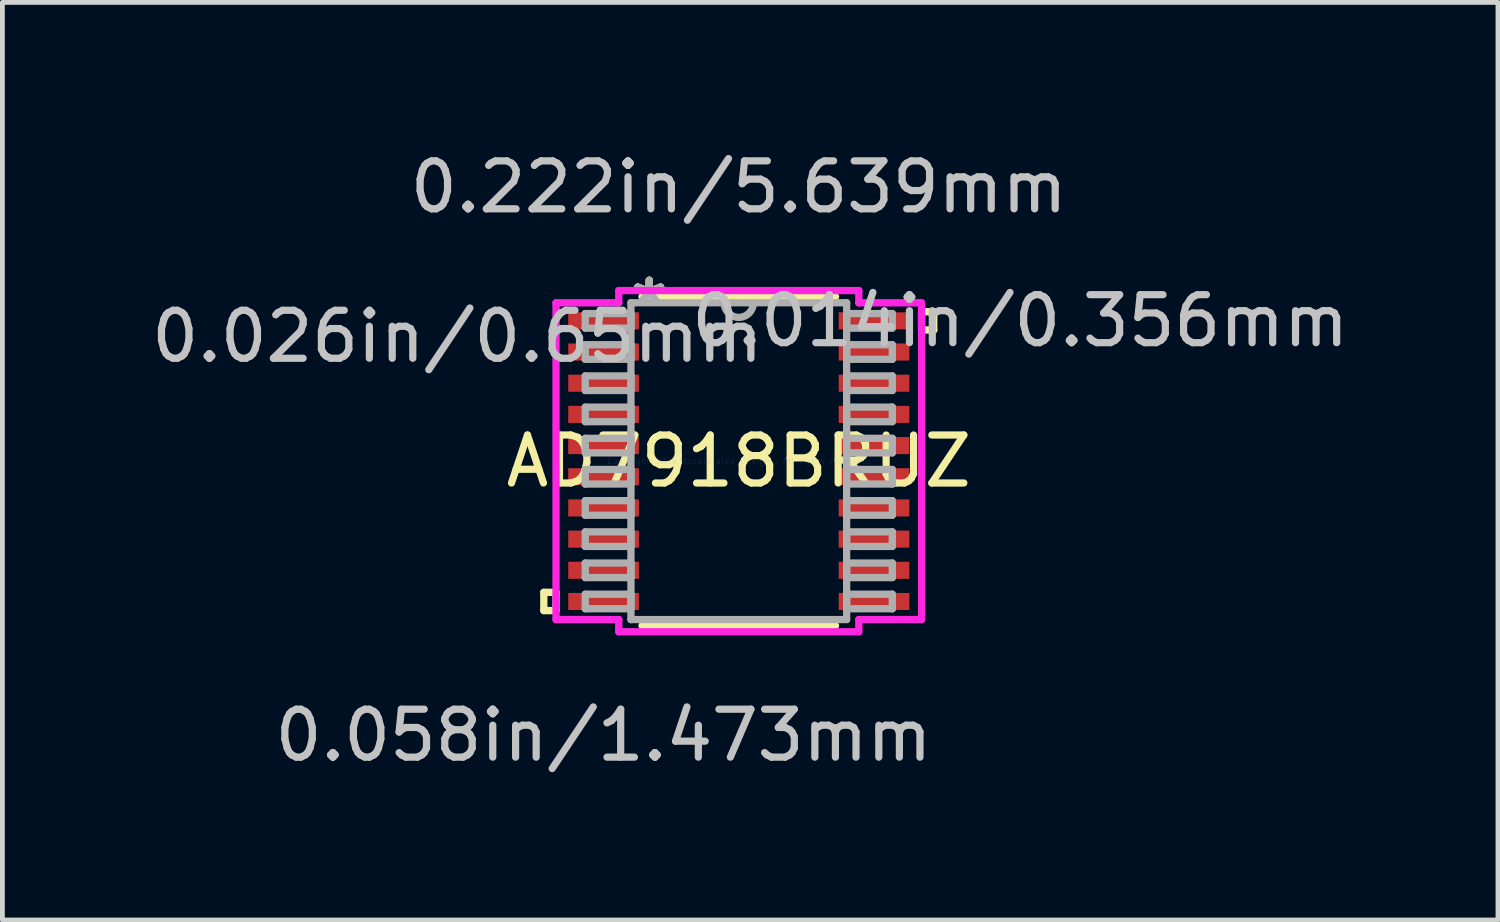
<source format=kicad_pcb>
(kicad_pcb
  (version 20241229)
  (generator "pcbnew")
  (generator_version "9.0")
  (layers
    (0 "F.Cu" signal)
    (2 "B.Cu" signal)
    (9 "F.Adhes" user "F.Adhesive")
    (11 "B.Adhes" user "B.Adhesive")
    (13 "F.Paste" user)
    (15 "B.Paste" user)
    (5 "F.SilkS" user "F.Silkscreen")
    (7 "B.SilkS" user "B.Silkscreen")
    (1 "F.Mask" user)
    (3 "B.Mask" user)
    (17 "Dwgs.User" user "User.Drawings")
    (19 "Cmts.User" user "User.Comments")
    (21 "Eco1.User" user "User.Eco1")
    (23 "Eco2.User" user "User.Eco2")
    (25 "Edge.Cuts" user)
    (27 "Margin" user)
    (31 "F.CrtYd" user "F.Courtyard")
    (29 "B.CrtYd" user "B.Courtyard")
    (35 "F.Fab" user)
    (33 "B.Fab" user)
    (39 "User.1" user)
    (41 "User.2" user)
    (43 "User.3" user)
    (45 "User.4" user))
  (footprint "AD7918BRUZ"
    (layer "F.Cu")
    (at 12.35 6.563)
    (property "Reference" "AD7918BRUZ" (at 0 0 0) (layer "F.SilkS") (effects (font (size 1 1) (thickness 0.15))))
    (attr through_hole)
    (fp_line (start -4.064 2.734) (end -4.064 3.115) (stroke (width 0.152) (type solid)) (layer "F.SilkS"))
    (fp_line (start -4.064 3.115) (end -3.81 3.115) (stroke (width 0.152) (type solid)) (layer "F.SilkS"))
    (fp_line (start -3.81 2.734) (end -4.064 2.734) (stroke (width 0.152) (type solid)) (layer "F.SilkS"))
    (fp_line (start -3.81 3.115) (end -3.81 2.734) (stroke (width 0.152) (type solid)) (layer "F.SilkS"))
    (fp_line (start -2.017 3.429) (end 2.017 3.429) (stroke (width 0.152) (type solid)) (layer "F.SilkS"))
    (fp_line (start 2.017 -3.429) (end -2.017 -3.429) (stroke (width 0.152) (type solid)) (layer "F.SilkS"))
    (fp_line (start 3.81 -3.115) (end 4.064 -3.115) (stroke (width 0.152) (type solid)) (layer "F.SilkS"))
    (fp_line (start 3.81 -2.734) (end 3.81 -3.115) (stroke (width 0.152) (type solid)) (layer "F.SilkS"))
    (fp_line (start 4.064 -3.115) (end 4.064 -2.734) (stroke (width 0.152) (type solid)) (layer "F.SilkS"))
    (fp_line (start 4.064 -2.734) (end 3.81 -2.734) (stroke (width 0.152) (type solid)) (layer "F.SilkS"))
    (fp_line (start -3.81 -3.301) (end -2.502 -3.301) (stroke (width 0.152) (type solid)) (layer "F.CrtYd"))
    (fp_line (start -3.81 3.301) (end -3.81 -3.301) (stroke (width 0.152) (type solid)) (layer "F.CrtYd"))
    (fp_line (start -2.502 -3.556) (end 2.502 -3.556) (stroke (width 0.152) (type solid)) (layer "F.CrtYd"))
    (fp_line (start -2.502 -3.301) (end -2.502 -3.556) (stroke (width 0.152) (type solid)) (layer "F.CrtYd"))
    (fp_line (start -2.502 3.301) (end -3.81 3.301) (stroke (width 0.152) (type solid)) (layer "F.CrtYd"))
    (fp_line (start -2.502 3.556) (end -2.502 3.301) (stroke (width 0.152) (type solid)) (layer "F.CrtYd"))
    (fp_line (start 2.502 -3.556) (end 2.502 -3.301) (stroke (width 0.152) (type solid)) (layer "F.CrtYd"))
    (fp_line (start 2.502 -3.301) (end 3.81 -3.301) (stroke (width 0.152) (type solid)) (layer "F.CrtYd"))
    (fp_line (start 2.502 3.301) (end 2.502 3.556) (stroke (width 0.152) (type solid)) (layer "F.CrtYd"))
    (fp_line (start 2.502 3.556) (end -2.502 3.556) (stroke (width 0.152) (type solid)) (layer "F.CrtYd"))
    (fp_line (start 3.81 -3.301) (end 3.81 3.301) (stroke (width 0.152) (type solid)) (layer "F.CrtYd"))
    (fp_line (start 3.81 3.301) (end 2.502 3.301) (stroke (width 0.152) (type solid)) (layer "F.CrtYd"))
    (fp_line (start -3.2 -3.077) (end -3.2 -2.773) (stroke (width 0.152) (type solid)) (layer "F.Fab"))
    (fp_line (start -3.2 -2.773) (end -2.248 -2.773) (stroke (width 0.152) (type solid)) (layer "F.Fab"))
    (fp_line (start -3.2 -2.427) (end -3.2 -2.123) (stroke (width 0.152) (type solid)) (layer "F.Fab"))
    (fp_line (start -3.2 -2.123) (end -2.248 -2.123) (stroke (width 0.152) (type solid)) (layer "F.Fab"))
    (fp_line (start -3.2 -1.777) (end -3.2 -1.473) (stroke (width 0.152) (type solid)) (layer "F.Fab"))
    (fp_line (start -3.2 -1.473) (end -2.248 -1.473) (stroke (width 0.152) (type solid)) (layer "F.Fab"))
    (fp_line (start -3.2 -1.127) (end -3.2 -0.823) (stroke (width 0.152) (type solid)) (layer "F.Fab"))
    (fp_line (start -3.2 -0.823) (end -2.248 -0.823) (stroke (width 0.152) (type solid)) (layer "F.Fab"))
    (fp_line (start -3.2 -0.477) (end -3.2 -0.173) (stroke (width 0.152) (type solid)) (layer "F.Fab"))
    (fp_line (start -3.2 -0.173) (end -2.248 -0.173) (stroke (width 0.152) (type solid)) (layer "F.Fab"))
    (fp_line (start -3.2 0.173) (end -3.2 0.477) (stroke (width 0.152) (type solid)) (layer "F.Fab"))
    (fp_line (start -3.2 0.477) (end -2.248 0.477) (stroke (width 0.152) (type solid)) (layer "F.Fab"))
    (fp_line (start -3.2 0.823) (end -3.2 1.127) (stroke (width 0.152) (type solid)) (layer "F.Fab"))
    (fp_line (start -3.2 1.127) (end -2.248 1.127) (stroke (width 0.152) (type solid)) (layer "F.Fab"))
    (fp_line (start -3.2 1.473) (end -3.2 1.777) (stroke (width 0.152) (type solid)) (layer "F.Fab"))
    (fp_line (start -3.2 1.777) (end -2.248 1.777) (stroke (width 0.152) (type solid)) (layer "F.Fab"))
    (fp_line (start -3.2 2.123) (end -3.2 2.427) (stroke (width 0.152) (type solid)) (layer "F.Fab"))
    (fp_line (start -3.2 2.427) (end -2.248 2.427) (stroke (width 0.152) (type solid)) (layer "F.Fab"))
    (fp_line (start -3.2 2.773) (end -3.2 3.077) (stroke (width 0.152) (type solid)) (layer "F.Fab"))
    (fp_line (start -3.2 3.077) (end -2.248 3.077) (stroke (width 0.152) (type solid)) (layer "F.Fab"))
    (fp_line (start -2.248 -3.302) (end -2.248 3.302) (stroke (width 0.152) (type solid)) (layer "F.Fab"))
    (fp_line (start -2.248 -3.077) (end -3.2 -3.077) (stroke (width 0.152) (type solid)) (layer "F.Fab"))
    (fp_line (start -2.248 -2.773) (end -2.248 -3.077) (stroke (width 0.152) (type solid)) (layer "F.Fab"))
    (fp_line (start -2.248 -2.427) (end -3.2 -2.427) (stroke (width 0.152) (type solid)) (layer "F.Fab"))
    (fp_line (start -2.248 -2.123) (end -2.248 -2.427) (stroke (width 0.152) (type solid)) (layer "F.Fab"))
    (fp_line (start -2.248 -1.777) (end -3.2 -1.777) (stroke (width 0.152) (type solid)) (layer "F.Fab"))
    (fp_line (start -2.248 -1.473) (end -2.248 -1.777) (stroke (width 0.152) (type solid)) (layer "F.Fab"))
    (fp_line (start -2.248 -1.127) (end -3.2 -1.127) (stroke (width 0.152) (type solid)) (layer "F.Fab"))
    (fp_line (start -2.248 -0.823) (end -2.248 -1.127) (stroke (width 0.152) (type solid)) (layer "F.Fab"))
    (fp_line (start -2.248 -0.477) (end -3.2 -0.477) (stroke (width 0.152) (type solid)) (layer "F.Fab"))
    (fp_line (start -2.248 -0.173) (end -2.248 -0.477) (stroke (width 0.152) (type solid)) (layer "F.Fab"))
    (fp_line (start -2.248 0.173) (end -3.2 0.173) (stroke (width 0.152) (type solid)) (layer "F.Fab"))
    (fp_line (start -2.248 0.477) (end -2.248 0.173) (stroke (width 0.152) (type solid)) (layer "F.Fab"))
    (fp_line (start -2.248 0.823) (end -3.2 0.823) (stroke (width 0.152) (type solid)) (layer "F.Fab"))
    (fp_line (start -2.248 1.127) (end -2.248 0.823) (stroke (width 0.152) (type solid)) (layer "F.Fab"))
    (fp_line (start -2.248 1.473) (end -3.2 1.473) (stroke (width 0.152) (type solid)) (layer "F.Fab"))
    (fp_line (start -2.248 1.777) (end -2.248 1.473) (stroke (width 0.152) (type solid)) (layer "F.Fab"))
    (fp_line (start -2.248 2.123) (end -3.2 2.123) (stroke (width 0.152) (type solid)) (layer "F.Fab"))
    (fp_line (start -2.248 2.427) (end -2.248 2.123) (stroke (width 0.152) (type solid)) (layer "F.Fab"))
    (fp_line (start -2.248 2.773) (end -3.2 2.773) (stroke (width 0.152) (type solid)) (layer "F.Fab"))
    (fp_line (start -2.248 3.077) (end -2.248 2.773) (stroke (width 0.152) (type solid)) (layer "F.Fab"))
    (fp_line (start -2.248 3.302) (end 2.248 3.302) (stroke (width 0.152) (type solid)) (layer "F.Fab"))
    (fp_line (start 2.248 -3.302) (end -2.248 -3.302) (stroke (width 0.152) (type solid)) (layer "F.Fab"))
    (fp_line (start 2.248 -3.077) (end 2.248 -2.773) (stroke (width 0.152) (type solid)) (layer "F.Fab"))
    (fp_line (start 2.248 -2.773) (end 3.2 -2.773) (stroke (width 0.152) (type solid)) (layer "F.Fab"))
    (fp_line (start 2.248 -2.427) (end 2.248 -2.123) (stroke (width 0.152) (type solid)) (layer "F.Fab"))
    (fp_line (start 2.248 -2.123) (end 3.2 -2.123) (stroke (width 0.152) (type solid)) (layer "F.Fab"))
    (fp_line (start 2.248 -1.777) (end 2.248 -1.473) (stroke (width 0.152) (type solid)) (layer "F.Fab"))
    (fp_line (start 2.248 -1.473) (end 3.2 -1.473) (stroke (width 0.152) (type solid)) (layer "F.Fab"))
    (fp_line (start 2.248 -1.127) (end 2.248 -0.823) (stroke (width 0.152) (type solid)) (layer "F.Fab"))
    (fp_line (start 2.248 -0.823) (end 3.2 -0.823) (stroke (width 0.152) (type solid)) (layer "F.Fab"))
    (fp_line (start 2.248 -0.477) (end 2.248 -0.173) (stroke (width 0.152) (type solid)) (layer "F.Fab"))
    (fp_line (start 2.248 -0.173) (end 3.2 -0.173) (stroke (width 0.152) (type solid)) (layer "F.Fab"))
    (fp_line (start 2.248 0.173) (end 2.248 0.477) (stroke (width 0.152) (type solid)) (layer "F.Fab"))
    (fp_line (start 2.248 0.477) (end 3.2 0.477) (stroke (width 0.152) (type solid)) (layer "F.Fab"))
    (fp_line (start 2.248 0.823) (end 2.248 1.127) (stroke (width 0.152) (type solid)) (layer "F.Fab"))
    (fp_line (start 2.248 1.127) (end 3.2 1.127) (stroke (width 0.152) (type solid)) (layer "F.Fab"))
    (fp_line (start 2.248 1.473) (end 2.248 1.777) (stroke (width 0.152) (type solid)) (layer "F.Fab"))
    (fp_line (start 2.248 1.777) (end 3.2 1.777) (stroke (width 0.152) (type solid)) (layer "F.Fab"))
    (fp_line (start 2.248 2.123) (end 2.248 2.427) (stroke (width 0.152) (type solid)) (layer "F.Fab"))
    (fp_line (start 2.248 2.427) (end 3.2 2.427) (stroke (width 0.152) (type solid)) (layer "F.Fab"))
    (fp_line (start 2.248 2.773) (end 2.248 3.077) (stroke (width 0.152) (type solid)) (layer "F.Fab"))
    (fp_line (start 2.248 3.077) (end 3.2 3.077) (stroke (width 0.152) (type solid)) (layer "F.Fab"))
    (fp_line (start 2.248 3.302) (end 2.248 -3.302) (stroke (width 0.152) (type solid)) (layer "F.Fab"))
    (fp_line (start 3.2 -3.077) (end 2.248 -3.077) (stroke (width 0.152) (type solid)) (layer "F.Fab"))
    (fp_line (start 3.2 -2.773) (end 3.2 -3.077) (stroke (width 0.152) (type solid)) (layer "F.Fab"))
    (fp_line (start 3.2 -2.427) (end 2.248 -2.427) (stroke (width 0.152) (type solid)) (layer "F.Fab"))
    (fp_line (start 3.2 -2.123) (end 3.2 -2.427) (stroke (width 0.152) (type solid)) (layer "F.Fab"))
    (fp_line (start 3.2 -1.777) (end 2.248 -1.777) (stroke (width 0.152) (type solid)) (layer "F.Fab"))
    (fp_line (start 3.2 -1.473) (end 3.2 -1.777) (stroke (width 0.152) (type solid)) (layer "F.Fab"))
    (fp_line (start 3.2 -1.127) (end 2.248 -1.127) (stroke (width 0.152) (type solid)) (layer "F.Fab"))
    (fp_line (start 3.2 -0.823) (end 3.2 -1.127) (stroke (width 0.152) (type solid)) (layer "F.Fab"))
    (fp_line (start 3.2 -0.477) (end 2.248 -0.477) (stroke (width 0.152) (type solid)) (layer "F.Fab"))
    (fp_line (start 3.2 -0.173) (end 3.2 -0.477) (stroke (width 0.152) (type solid)) (layer "F.Fab"))
    (fp_line (start 3.2 0.173) (end 2.248 0.173) (stroke (width 0.152) (type solid)) (layer "F.Fab"))
    (fp_line (start 3.2 0.477) (end 3.2 0.173) (stroke (width 0.152) (type solid)) (layer "F.Fab"))
    (fp_line (start 3.2 0.823) (end 2.248 0.823) (stroke (width 0.152) (type solid)) (layer "F.Fab"))
    (fp_line (start 3.2 1.127) (end 3.2 0.823) (stroke (width 0.152) (type solid)) (layer "F.Fab"))
    (fp_line (start 3.2 1.473) (end 2.248 1.473) (stroke (width 0.152) (type solid)) (layer "F.Fab"))
    (fp_line (start 3.2 1.777) (end 3.2 1.473) (stroke (width 0.152) (type solid)) (layer "F.Fab"))
    (fp_line (start 3.2 2.123) (end 2.248 2.123) (stroke (width 0.152) (type solid)) (layer "F.Fab"))
    (fp_line (start 3.2 2.427) (end 3.2 2.123) (stroke (width 0.152) (type solid)) (layer "F.Fab"))
    (fp_line (start 3.2 2.773) (end 2.248 2.773) (stroke (width 0.152) (type solid)) (layer "F.Fab"))
    (fp_line (start 3.2 3.077) (end 3.2 2.773) (stroke (width 0.152) (type solid)) (layer "F.Fab"))
    (fp_arc (start 0.3048 -3.302) (mid 0 -2.9972) (end -0.3048 -3.302) (stroke (width 0.1524) (type solid)) (layer "F.Fab"))
    (fp_text user "*" (at -1.867 -3.226 0) (layer "F.SilkS") (effects (font (size 1 1) (thickness 0.15))))
    (fp_text user "*" (at -1.867 -3.226 0) (layer "F.SilkS") (effects (font (size 1 1) (thickness 0.15))))
    (fp_text user "0.026in/0.65mm" (at -5.867 -2.6 0) (layer "Dwgs.User") (effects (font (size 1 1) (thickness 0.15))))
    (fp_text user "0.014in/0.356mm" (at 5.867 -2.925 0) (layer "Dwgs.User") (effects (font (size 1 1) (thickness 0.15))))
    (fp_text user "0.222in/5.639mm" (at 0 -5.715 0) (layer "Dwgs.User") (effects (font (size 1 1) (thickness 0.15))))
    (fp_text user "0.058in/1.473mm" (at -2.819 5.715 0) (layer "Dwgs.User") (effects (font (size 1 1) (thickness 0.15))))
    (fp_text user "Copyright 2016 Accelerated Designs. All rights reserved." (at 0 0 0) (layer "Cmts.User") (effects (font (size 0.127 0.127) (thickness 0.002))))
    (fp_text user "*" (at -1.867 -3.226 0) (layer "F.Fab") (effects (font (size 1 1) (thickness 0.15))))
    (fp_text user "*" (at -1.867 -3.226 0) (layer "F.Fab") (effects (font (size 1 1) (thickness 0.15))))
    (pad "1" smd rect (at -2.819 -2.925) (size 1.473 0.356) (layers "F.Cu" "F.Mask" "F.Paste"))
    (pad "2" smd rect (at -2.819 -2.275) (size 1.473 0.356) (layers "F.Cu" "F.Mask" "F.Paste"))
    (pad "3" smd rect (at -2.819 -1.625) (size 1.473 0.356) (layers "F.Cu" "F.Mask" "F.Paste"))
    (pad "4" smd rect (at -2.819 -0.975) (size 1.473 0.356) (layers "F.Cu" "F.Mask" "F.Paste"))
    (pad "5" smd rect (at -2.819 -0.325) (size 1.473 0.356) (layers "F.Cu" "F.Mask" "F.Paste"))
    (pad "6" smd rect (at -2.819 0.325) (size 1.473 0.356) (layers "F.Cu" "F.Mask" "F.Paste"))
    (pad "7" smd rect (at -2.819 0.975) (size 1.473 0.356) (layers "F.Cu" "F.Mask" "F.Paste"))
    (pad "8" smd rect (at -2.819 1.625) (size 1.473 0.356) (layers "F.Cu" "F.Mask" "F.Paste"))
    (pad "9" smd rect (at -2.819 2.275) (size 1.473 0.356) (layers "F.Cu" "F.Mask" "F.Paste"))
    (pad "10" smd rect (at -2.819 2.925) (size 1.473 0.356) (layers "F.Cu" "F.Mask" "F.Paste"))
    (pad "11" smd rect (at 2.819 2.925) (size 1.473 0.356) (layers "F.Cu" "F.Mask" "F.Paste"))
    (pad "12" smd rect (at 2.819 2.275) (size 1.473 0.356) (layers "F.Cu" "F.Mask" "F.Paste"))
    (pad "13" smd rect (at 2.819 1.625) (size 1.473 0.356) (layers "F.Cu" "F.Mask" "F.Paste"))
    (pad "14" smd rect (at 2.819 0.975) (size 1.473 0.356) (layers "F.Cu" "F.Mask" "F.Paste"))
    (pad "15" smd rect (at 2.819 0.325) (size 1.473 0.356) (layers "F.Cu" "F.Mask" "F.Paste"))
    (pad "16" smd rect (at 2.819 -0.325) (size 1.473 0.356) (layers "F.Cu" "F.Mask" "F.Paste"))
    (pad "17" smd rect (at 2.819 -0.975) (size 1.473 0.356) (layers "F.Cu" "F.Mask" "F.Paste"))
    (pad "18" smd rect (at 2.819 -1.625) (size 1.473 0.356) (layers "F.Cu" "F.Mask" "F.Paste"))
    (pad "19" smd rect (at 2.819 -2.275) (size 1.473 0.356) (layers "F.Cu" "F.Mask" "F.Paste"))
    (pad "20" smd rect (at 2.819 -2.925) (size 1.473 0.356) (layers "F.Cu" "F.Mask" "F.Paste")))
  (gr_rect
    (start -3 -3)
    (end 28.175 16.127)
    (stroke (width 0.1) (type default))
    (fill no)
    (layer "Edge.Cuts")))
</source>
